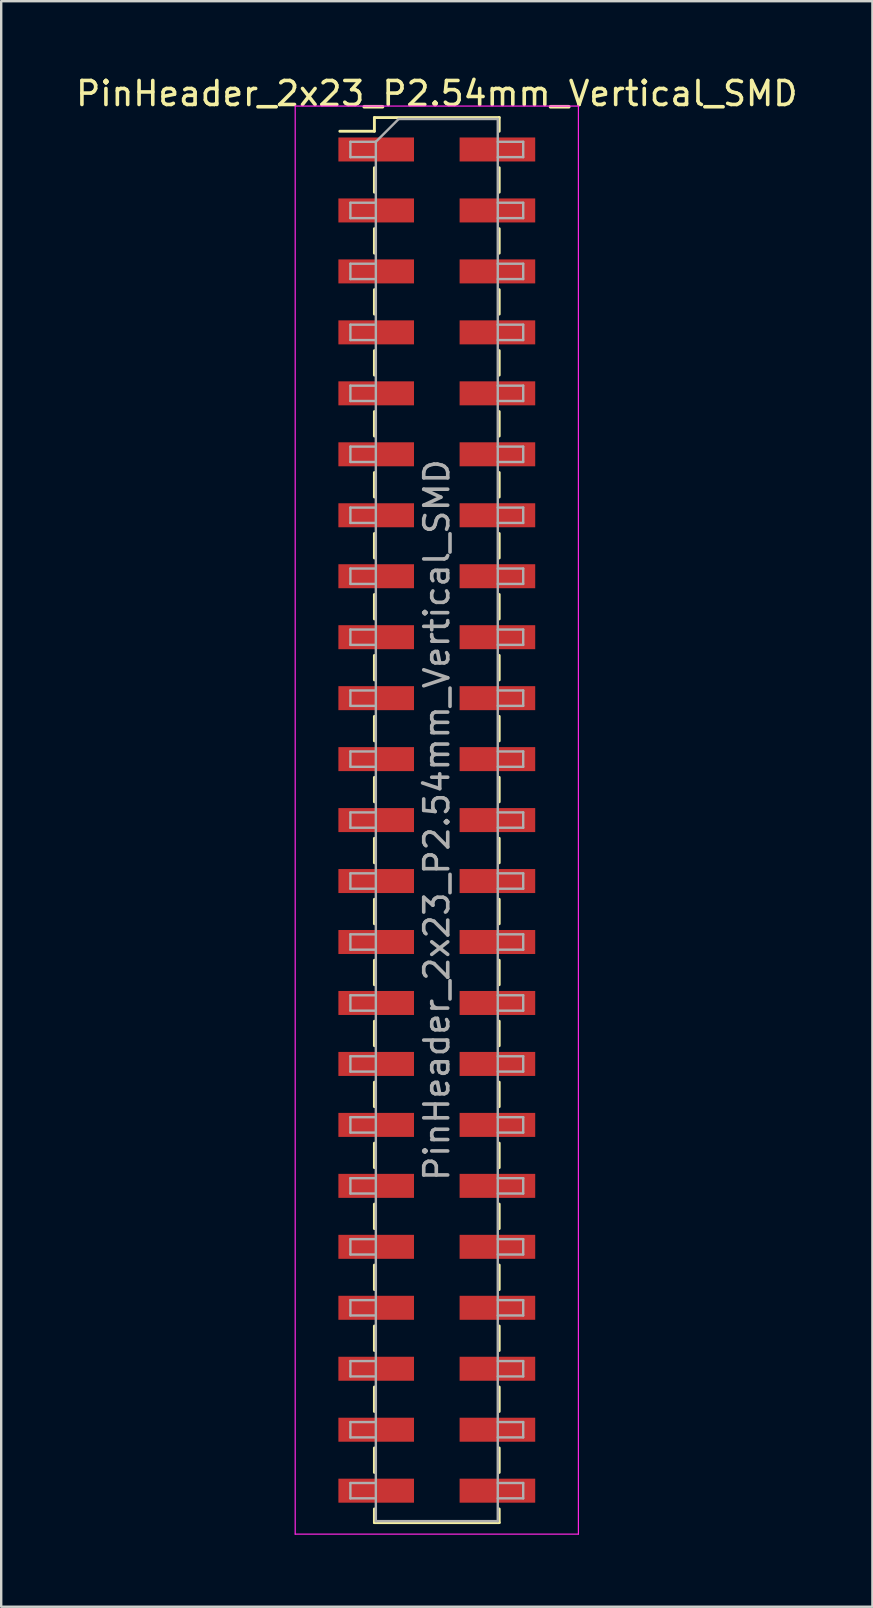
<source format=kicad_pcb>
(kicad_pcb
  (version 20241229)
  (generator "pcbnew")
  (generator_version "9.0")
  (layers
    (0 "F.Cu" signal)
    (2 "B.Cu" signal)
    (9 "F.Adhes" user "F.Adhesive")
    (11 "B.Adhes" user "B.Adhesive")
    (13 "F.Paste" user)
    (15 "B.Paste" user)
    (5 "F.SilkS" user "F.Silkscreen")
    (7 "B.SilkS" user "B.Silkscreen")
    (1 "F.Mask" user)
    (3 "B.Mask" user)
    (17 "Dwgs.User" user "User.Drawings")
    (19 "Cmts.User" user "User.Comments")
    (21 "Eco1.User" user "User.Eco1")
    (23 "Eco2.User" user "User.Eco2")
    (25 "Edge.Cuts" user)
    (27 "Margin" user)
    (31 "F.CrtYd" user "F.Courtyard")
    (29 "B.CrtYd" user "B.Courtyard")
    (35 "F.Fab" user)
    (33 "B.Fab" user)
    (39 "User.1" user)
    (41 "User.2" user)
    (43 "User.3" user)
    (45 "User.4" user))
  (footprint "PinHeader_2x23_P2.54mm_Vertical_SMD"
    (layer "F.Cu")
    (at 15.149 31.118)
    (property "Reference" "PinHeader_2x23_P2.54mm_Vertical_SMD" (at 0 -30.27 0) (layer "F.SilkS") (effects (font (size 1 1) (thickness 0.15))))
    (attr smd)
    (fp_line (start -4.04 -28.7) (end -2.6 -28.7) (stroke (width 0.12) (type solid)) (layer "F.SilkS"))
    (fp_line (start -2.6 -29.27) (end -2.6 -28.7) (stroke (width 0.12) (type solid)) (layer "F.SilkS"))
    (fp_line (start -2.6 -29.27) (end 2.6 -29.27) (stroke (width 0.12) (type solid)) (layer "F.SilkS"))
    (fp_line (start -2.6 -27.18) (end -2.6 -26.16) (stroke (width 0.12) (type solid)) (layer "F.SilkS"))
    (fp_line (start -2.6 -24.64) (end -2.6 -23.62) (stroke (width 0.12) (type solid)) (layer "F.SilkS"))
    (fp_line (start -2.6 -22.1) (end -2.6 -21.08) (stroke (width 0.12) (type solid)) (layer "F.SilkS"))
    (fp_line (start -2.6 -19.56) (end -2.6 -18.54) (stroke (width 0.12) (type solid)) (layer "F.SilkS"))
    (fp_line (start -2.6 -17.02) (end -2.6 -16) (stroke (width 0.12) (type solid)) (layer "F.SilkS"))
    (fp_line (start -2.6 -14.48) (end -2.6 -13.46) (stroke (width 0.12) (type solid)) (layer "F.SilkS"))
    (fp_line (start -2.6 -11.94) (end -2.6 -10.92) (stroke (width 0.12) (type solid)) (layer "F.SilkS"))
    (fp_line (start -2.6 -9.4) (end -2.6 -8.38) (stroke (width 0.12) (type solid)) (layer "F.SilkS"))
    (fp_line (start -2.6 -6.86) (end -2.6 -5.84) (stroke (width 0.12) (type solid)) (layer "F.SilkS"))
    (fp_line (start -2.6 -4.32) (end -2.6 -3.3) (stroke (width 0.12) (type solid)) (layer "F.SilkS"))
    (fp_line (start -2.6 -1.78) (end -2.6 -0.76) (stroke (width 0.12) (type solid)) (layer "F.SilkS"))
    (fp_line (start -2.6 0.76) (end -2.6 1.78) (stroke (width 0.12) (type solid)) (layer "F.SilkS"))
    (fp_line (start -2.6 3.3) (end -2.6 4.32) (stroke (width 0.12) (type solid)) (layer "F.SilkS"))
    (fp_line (start -2.6 5.84) (end -2.6 6.86) (stroke (width 0.12) (type solid)) (layer "F.SilkS"))
    (fp_line (start -2.6 8.38) (end -2.6 9.4) (stroke (width 0.12) (type solid)) (layer "F.SilkS"))
    (fp_line (start -2.6 10.92) (end -2.6 11.94) (stroke (width 0.12) (type solid)) (layer "F.SilkS"))
    (fp_line (start -2.6 13.46) (end -2.6 14.48) (stroke (width 0.12) (type solid)) (layer "F.SilkS"))
    (fp_line (start -2.6 16) (end -2.6 17.02) (stroke (width 0.12) (type solid)) (layer "F.SilkS"))
    (fp_line (start -2.6 18.54) (end -2.6 19.56) (stroke (width 0.12) (type solid)) (layer "F.SilkS"))
    (fp_line (start -2.6 21.08) (end -2.6 22.1) (stroke (width 0.12) (type solid)) (layer "F.SilkS"))
    (fp_line (start -2.6 23.62) (end -2.6 24.64) (stroke (width 0.12) (type solid)) (layer "F.SilkS"))
    (fp_line (start -2.6 26.16) (end -2.6 27.18) (stroke (width 0.12) (type solid)) (layer "F.SilkS"))
    (fp_line (start -2.6 28.7) (end -2.6 29.27) (stroke (width 0.12) (type solid)) (layer "F.SilkS"))
    (fp_line (start -2.6 29.27) (end 2.6 29.27) (stroke (width 0.12) (type solid)) (layer "F.SilkS"))
    (fp_line (start 2.6 -29.27) (end 2.6 -28.7) (stroke (width 0.12) (type solid)) (layer "F.SilkS"))
    (fp_line (start 2.6 -27.18) (end 2.6 -26.16) (stroke (width 0.12) (type solid)) (layer "F.SilkS"))
    (fp_line (start 2.6 -24.64) (end 2.6 -23.62) (stroke (width 0.12) (type solid)) (layer "F.SilkS"))
    (fp_line (start 2.6 -22.1) (end 2.6 -21.08) (stroke (width 0.12) (type solid)) (layer "F.SilkS"))
    (fp_line (start 2.6 -19.56) (end 2.6 -18.54) (stroke (width 0.12) (type solid)) (layer "F.SilkS"))
    (fp_line (start 2.6 -17.02) (end 2.6 -16) (stroke (width 0.12) (type solid)) (layer "F.SilkS"))
    (fp_line (start 2.6 -14.48) (end 2.6 -13.46) (stroke (width 0.12) (type solid)) (layer "F.SilkS"))
    (fp_line (start 2.6 -11.94) (end 2.6 -10.92) (stroke (width 0.12) (type solid)) (layer "F.SilkS"))
    (fp_line (start 2.6 -9.4) (end 2.6 -8.38) (stroke (width 0.12) (type solid)) (layer "F.SilkS"))
    (fp_line (start 2.6 -6.86) (end 2.6 -5.84) (stroke (width 0.12) (type solid)) (layer "F.SilkS"))
    (fp_line (start 2.6 -4.32) (end 2.6 -3.3) (stroke (width 0.12) (type solid)) (layer "F.SilkS"))
    (fp_line (start 2.6 -1.78) (end 2.6 -0.76) (stroke (width 0.12) (type solid)) (layer "F.SilkS"))
    (fp_line (start 2.6 0.76) (end 2.6 1.78) (stroke (width 0.12) (type solid)) (layer "F.SilkS"))
    (fp_line (start 2.6 3.3) (end 2.6 4.32) (stroke (width 0.12) (type solid)) (layer "F.SilkS"))
    (fp_line (start 2.6 5.84) (end 2.6 6.86) (stroke (width 0.12) (type solid)) (layer "F.SilkS"))
    (fp_line (start 2.6 8.38) (end 2.6 9.4) (stroke (width 0.12) (type solid)) (layer "F.SilkS"))
    (fp_line (start 2.6 10.92) (end 2.6 11.94) (stroke (width 0.12) (type solid)) (layer "F.SilkS"))
    (fp_line (start 2.6 13.46) (end 2.6 14.48) (stroke (width 0.12) (type solid)) (layer "F.SilkS"))
    (fp_line (start 2.6 16) (end 2.6 17.02) (stroke (width 0.12) (type solid)) (layer "F.SilkS"))
    (fp_line (start 2.6 18.54) (end 2.6 19.56) (stroke (width 0.12) (type solid)) (layer "F.SilkS"))
    (fp_line (start 2.6 21.08) (end 2.6 22.1) (stroke (width 0.12) (type solid)) (layer "F.SilkS"))
    (fp_line (start 2.6 23.62) (end 2.6 24.64) (stroke (width 0.12) (type solid)) (layer "F.SilkS"))
    (fp_line (start 2.6 26.16) (end 2.6 27.18) (stroke (width 0.12) (type solid)) (layer "F.SilkS"))
    (fp_line (start 2.6 28.7) (end 2.6 29.27) (stroke (width 0.12) (type solid)) (layer "F.SilkS"))
    (fp_line (start -5.9 -29.75) (end -5.9 29.75) (stroke (width 0.05) (type solid)) (layer "F.CrtYd"))
    (fp_line (start -5.9 29.75) (end 5.9 29.75) (stroke (width 0.05) (type solid)) (layer "F.CrtYd"))
    (fp_line (start 5.9 -29.75) (end -5.9 -29.75) (stroke (width 0.05) (type solid)) (layer "F.CrtYd"))
    (fp_line (start 5.9 29.75) (end 5.9 -29.75) (stroke (width 0.05) (type solid)) (layer "F.CrtYd"))
    (fp_line (start -3.6 -28.26) (end -3.6 -27.62) (stroke (width 0.1) (type solid)) (layer "F.Fab"))
    (fp_line (start -3.6 -27.62) (end -2.54 -27.62) (stroke (width 0.1) (type solid)) (layer "F.Fab"))
    (fp_line (start -3.6 -25.72) (end -3.6 -25.08) (stroke (width 0.1) (type solid)) (layer "F.Fab"))
    (fp_line (start -3.6 -25.08) (end -2.54 -25.08) (stroke (width 0.1) (type solid)) (layer "F.Fab"))
    (fp_line (start -3.6 -23.18) (end -3.6 -22.54) (stroke (width 0.1) (type solid)) (layer "F.Fab"))
    (fp_line (start -3.6 -22.54) (end -2.54 -22.54) (stroke (width 0.1) (type solid)) (layer "F.Fab"))
    (fp_line (start -3.6 -20.64) (end -3.6 -20) (stroke (width 0.1) (type solid)) (layer "F.Fab"))
    (fp_line (start -3.6 -20) (end -2.54 -20) (stroke (width 0.1) (type solid)) (layer "F.Fab"))
    (fp_line (start -3.6 -18.1) (end -3.6 -17.46) (stroke (width 0.1) (type solid)) (layer "F.Fab"))
    (fp_line (start -3.6 -17.46) (end -2.54 -17.46) (stroke (width 0.1) (type solid)) (layer "F.Fab"))
    (fp_line (start -3.6 -15.56) (end -3.6 -14.92) (stroke (width 0.1) (type solid)) (layer "F.Fab"))
    (fp_line (start -3.6 -14.92) (end -2.54 -14.92) (stroke (width 0.1) (type solid)) (layer "F.Fab"))
    (fp_line (start -3.6 -13.02) (end -3.6 -12.38) (stroke (width 0.1) (type solid)) (layer "F.Fab"))
    (fp_line (start -3.6 -12.38) (end -2.54 -12.38) (stroke (width 0.1) (type solid)) (layer "F.Fab"))
    (fp_line (start -3.6 -10.48) (end -3.6 -9.84) (stroke (width 0.1) (type solid)) (layer "F.Fab"))
    (fp_line (start -3.6 -9.84) (end -2.54 -9.84) (stroke (width 0.1) (type solid)) (layer "F.Fab"))
    (fp_line (start -3.6 -7.94) (end -3.6 -7.3) (stroke (width 0.1) (type solid)) (layer "F.Fab"))
    (fp_line (start -3.6 -7.3) (end -2.54 -7.3) (stroke (width 0.1) (type solid)) (layer "F.Fab"))
    (fp_line (start -3.6 -5.4) (end -3.6 -4.76) (stroke (width 0.1) (type solid)) (layer "F.Fab"))
    (fp_line (start -3.6 -4.76) (end -2.54 -4.76) (stroke (width 0.1) (type solid)) (layer "F.Fab"))
    (fp_line (start -3.6 -2.86) (end -3.6 -2.22) (stroke (width 0.1) (type solid)) (layer "F.Fab"))
    (fp_line (start -3.6 -2.22) (end -2.54 -2.22) (stroke (width 0.1) (type solid)) (layer "F.Fab"))
    (fp_line (start -3.6 -0.32) (end -3.6 0.32) (stroke (width 0.1) (type solid)) (layer "F.Fab"))
    (fp_line (start -3.6 0.32) (end -2.54 0.32) (stroke (width 0.1) (type solid)) (layer "F.Fab"))
    (fp_line (start -3.6 2.22) (end -3.6 2.86) (stroke (width 0.1) (type solid)) (layer "F.Fab"))
    (fp_line (start -3.6 2.86) (end -2.54 2.86) (stroke (width 0.1) (type solid)) (layer "F.Fab"))
    (fp_line (start -3.6 4.76) (end -3.6 5.4) (stroke (width 0.1) (type solid)) (layer "F.Fab"))
    (fp_line (start -3.6 5.4) (end -2.54 5.4) (stroke (width 0.1) (type solid)) (layer "F.Fab"))
    (fp_line (start -3.6 7.3) (end -3.6 7.94) (stroke (width 0.1) (type solid)) (layer "F.Fab"))
    (fp_line (start -3.6 7.94) (end -2.54 7.94) (stroke (width 0.1) (type solid)) (layer "F.Fab"))
    (fp_line (start -3.6 9.84) (end -3.6 10.48) (stroke (width 0.1) (type solid)) (layer "F.Fab"))
    (fp_line (start -3.6 10.48) (end -2.54 10.48) (stroke (width 0.1) (type solid)) (layer "F.Fab"))
    (fp_line (start -3.6 12.38) (end -3.6 13.02) (stroke (width 0.1) (type solid)) (layer "F.Fab"))
    (fp_line (start -3.6 13.02) (end -2.54 13.02) (stroke (width 0.1) (type solid)) (layer "F.Fab"))
    (fp_line (start -3.6 14.92) (end -3.6 15.56) (stroke (width 0.1) (type solid)) (layer "F.Fab"))
    (fp_line (start -3.6 15.56) (end -2.54 15.56) (stroke (width 0.1) (type solid)) (layer "F.Fab"))
    (fp_line (start -3.6 17.46) (end -3.6 18.1) (stroke (width 0.1) (type solid)) (layer "F.Fab"))
    (fp_line (start -3.6 18.1) (end -2.54 18.1) (stroke (width 0.1) (type solid)) (layer "F.Fab"))
    (fp_line (start -3.6 20) (end -3.6 20.64) (stroke (width 0.1) (type solid)) (layer "F.Fab"))
    (fp_line (start -3.6 20.64) (end -2.54 20.64) (stroke (width 0.1) (type solid)) (layer "F.Fab"))
    (fp_line (start -3.6 22.54) (end -3.6 23.18) (stroke (width 0.1) (type solid)) (layer "F.Fab"))
    (fp_line (start -3.6 23.18) (end -2.54 23.18) (stroke (width 0.1) (type solid)) (layer "F.Fab"))
    (fp_line (start -3.6 25.08) (end -3.6 25.72) (stroke (width 0.1) (type solid)) (layer "F.Fab"))
    (fp_line (start -3.6 25.72) (end -2.54 25.72) (stroke (width 0.1) (type solid)) (layer "F.Fab"))
    (fp_line (start -3.6 27.62) (end -3.6 28.26) (stroke (width 0.1) (type solid)) (layer "F.Fab"))
    (fp_line (start -3.6 28.26) (end -2.54 28.26) (stroke (width 0.1) (type solid)) (layer "F.Fab"))
    (fp_line (start -2.54 -28.26) (end -3.6 -28.26) (stroke (width 0.1) (type solid)) (layer "F.Fab"))
    (fp_line (start -2.54 -28.26) (end -1.59 -29.21) (stroke (width 0.1) (type solid)) (layer "F.Fab"))
    (fp_line (start -2.54 -25.72) (end -3.6 -25.72) (stroke (width 0.1) (type solid)) (layer "F.Fab"))
    (fp_line (start -2.54 -23.18) (end -3.6 -23.18) (stroke (width 0.1) (type solid)) (layer "F.Fab"))
    (fp_line (start -2.54 -20.64) (end -3.6 -20.64) (stroke (width 0.1) (type solid)) (layer "F.Fab"))
    (fp_line (start -2.54 -18.1) (end -3.6 -18.1) (stroke (width 0.1) (type solid)) (layer "F.Fab"))
    (fp_line (start -2.54 -15.56) (end -3.6 -15.56) (stroke (width 0.1) (type solid)) (layer "F.Fab"))
    (fp_line (start -2.54 -13.02) (end -3.6 -13.02) (stroke (width 0.1) (type solid)) (layer "F.Fab"))
    (fp_line (start -2.54 -10.48) (end -3.6 -10.48) (stroke (width 0.1) (type solid)) (layer "F.Fab"))
    (fp_line (start -2.54 -7.94) (end -3.6 -7.94) (stroke (width 0.1) (type solid)) (layer "F.Fab"))
    (fp_line (start -2.54 -5.4) (end -3.6 -5.4) (stroke (width 0.1) (type solid)) (layer "F.Fab"))
    (fp_line (start -2.54 -2.86) (end -3.6 -2.86) (stroke (width 0.1) (type solid)) (layer "F.Fab"))
    (fp_line (start -2.54 -0.32) (end -3.6 -0.32) (stroke (width 0.1) (type solid)) (layer "F.Fab"))
    (fp_line (start -2.54 2.22) (end -3.6 2.22) (stroke (width 0.1) (type solid)) (layer "F.Fab"))
    (fp_line (start -2.54 4.76) (end -3.6 4.76) (stroke (width 0.1) (type solid)) (layer "F.Fab"))
    (fp_line (start -2.54 7.3) (end -3.6 7.3) (stroke (width 0.1) (type solid)) (layer "F.Fab"))
    (fp_line (start -2.54 9.84) (end -3.6 9.84) (stroke (width 0.1) (type solid)) (layer "F.Fab"))
    (fp_line (start -2.54 12.38) (end -3.6 12.38) (stroke (width 0.1) (type solid)) (layer "F.Fab"))
    (fp_line (start -2.54 14.92) (end -3.6 14.92) (stroke (width 0.1) (type solid)) (layer "F.Fab"))
    (fp_line (start -2.54 17.46) (end -3.6 17.46) (stroke (width 0.1) (type solid)) (layer "F.Fab"))
    (fp_line (start -2.54 20) (end -3.6 20) (stroke (width 0.1) (type solid)) (layer "F.Fab"))
    (fp_line (start -2.54 22.54) (end -3.6 22.54) (stroke (width 0.1) (type solid)) (layer "F.Fab"))
    (fp_line (start -2.54 25.08) (end -3.6 25.08) (stroke (width 0.1) (type solid)) (layer "F.Fab"))
    (fp_line (start -2.54 27.62) (end -3.6 27.62) (stroke (width 0.1) (type solid)) (layer "F.Fab"))
    (fp_line (start -2.54 29.21) (end -2.54 -28.26) (stroke (width 0.1) (type solid)) (layer "F.Fab"))
    (fp_line (start -1.59 -29.21) (end 2.54 -29.21) (stroke (width 0.1) (type solid)) (layer "F.Fab"))
    (fp_line (start 2.54 -29.21) (end 2.54 29.21) (stroke (width 0.1) (type solid)) (layer "F.Fab"))
    (fp_line (start 2.54 -28.26) (end 3.6 -28.26) (stroke (width 0.1) (type solid)) (layer "F.Fab"))
    (fp_line (start 2.54 -25.72) (end 3.6 -25.72) (stroke (width 0.1) (type solid)) (layer "F.Fab"))
    (fp_line (start 2.54 -23.18) (end 3.6 -23.18) (stroke (width 0.1) (type solid)) (layer "F.Fab"))
    (fp_line (start 2.54 -20.64) (end 3.6 -20.64) (stroke (width 0.1) (type solid)) (layer "F.Fab"))
    (fp_line (start 2.54 -18.1) (end 3.6 -18.1) (stroke (width 0.1) (type solid)) (layer "F.Fab"))
    (fp_line (start 2.54 -15.56) (end 3.6 -15.56) (stroke (width 0.1) (type solid)) (layer "F.Fab"))
    (fp_line (start 2.54 -13.02) (end 3.6 -13.02) (stroke (width 0.1) (type solid)) (layer "F.Fab"))
    (fp_line (start 2.54 -10.48) (end 3.6 -10.48) (stroke (width 0.1) (type solid)) (layer "F.Fab"))
    (fp_line (start 2.54 -7.94) (end 3.6 -7.94) (stroke (width 0.1) (type solid)) (layer "F.Fab"))
    (fp_line (start 2.54 -5.4) (end 3.6 -5.4) (stroke (width 0.1) (type solid)) (layer "F.Fab"))
    (fp_line (start 2.54 -2.86) (end 3.6 -2.86) (stroke (width 0.1) (type solid)) (layer "F.Fab"))
    (fp_line (start 2.54 -0.32) (end 3.6 -0.32) (stroke (width 0.1) (type solid)) (layer "F.Fab"))
    (fp_line (start 2.54 2.22) (end 3.6 2.22) (stroke (width 0.1) (type solid)) (layer "F.Fab"))
    (fp_line (start 2.54 4.76) (end 3.6 4.76) (stroke (width 0.1) (type solid)) (layer "F.Fab"))
    (fp_line (start 2.54 7.3) (end 3.6 7.3) (stroke (width 0.1) (type solid)) (layer "F.Fab"))
    (fp_line (start 2.54 9.84) (end 3.6 9.84) (stroke (width 0.1) (type solid)) (layer "F.Fab"))
    (fp_line (start 2.54 12.38) (end 3.6 12.38) (stroke (width 0.1) (type solid)) (layer "F.Fab"))
    (fp_line (start 2.54 14.92) (end 3.6 14.92) (stroke (width 0.1) (type solid)) (layer "F.Fab"))
    (fp_line (start 2.54 17.46) (end 3.6 17.46) (stroke (width 0.1) (type solid)) (layer "F.Fab"))
    (fp_line (start 2.54 20) (end 3.6 20) (stroke (width 0.1) (type solid)) (layer "F.Fab"))
    (fp_line (start 2.54 22.54) (end 3.6 22.54) (stroke (width 0.1) (type solid)) (layer "F.Fab"))
    (fp_line (start 2.54 25.08) (end 3.6 25.08) (stroke (width 0.1) (type solid)) (layer "F.Fab"))
    (fp_line (start 2.54 27.62) (end 3.6 27.62) (stroke (width 0.1) (type solid)) (layer "F.Fab"))
    (fp_line (start 2.54 29.21) (end -2.54 29.21) (stroke (width 0.1) (type solid)) (layer "F.Fab"))
    (fp_line (start 3.6 -28.26) (end 3.6 -27.62) (stroke (width 0.1) (type solid)) (layer "F.Fab"))
    (fp_line (start 3.6 -27.62) (end 2.54 -27.62) (stroke (width 0.1) (type solid)) (layer "F.Fab"))
    (fp_line (start 3.6 -25.72) (end 3.6 -25.08) (stroke (width 0.1) (type solid)) (layer "F.Fab"))
    (fp_line (start 3.6 -25.08) (end 2.54 -25.08) (stroke (width 0.1) (type solid)) (layer "F.Fab"))
    (fp_line (start 3.6 -23.18) (end 3.6 -22.54) (stroke (width 0.1) (type solid)) (layer "F.Fab"))
    (fp_line (start 3.6 -22.54) (end 2.54 -22.54) (stroke (width 0.1) (type solid)) (layer "F.Fab"))
    (fp_line (start 3.6 -20.64) (end 3.6 -20) (stroke (width 0.1) (type solid)) (layer "F.Fab"))
    (fp_line (start 3.6 -20) (end 2.54 -20) (stroke (width 0.1) (type solid)) (layer "F.Fab"))
    (fp_line (start 3.6 -18.1) (end 3.6 -17.46) (stroke (width 0.1) (type solid)) (layer "F.Fab"))
    (fp_line (start 3.6 -17.46) (end 2.54 -17.46) (stroke (width 0.1) (type solid)) (layer "F.Fab"))
    (fp_line (start 3.6 -15.56) (end 3.6 -14.92) (stroke (width 0.1) (type solid)) (layer "F.Fab"))
    (fp_line (start 3.6 -14.92) (end 2.54 -14.92) (stroke (width 0.1) (type solid)) (layer "F.Fab"))
    (fp_line (start 3.6 -13.02) (end 3.6 -12.38) (stroke (width 0.1) (type solid)) (layer "F.Fab"))
    (fp_line (start 3.6 -12.38) (end 2.54 -12.38) (stroke (width 0.1) (type solid)) (layer "F.Fab"))
    (fp_line (start 3.6 -10.48) (end 3.6 -9.84) (stroke (width 0.1) (type solid)) (layer "F.Fab"))
    (fp_line (start 3.6 -9.84) (end 2.54 -9.84) (stroke (width 0.1) (type solid)) (layer "F.Fab"))
    (fp_line (start 3.6 -7.94) (end 3.6 -7.3) (stroke (width 0.1) (type solid)) (layer "F.Fab"))
    (fp_line (start 3.6 -7.3) (end 2.54 -7.3) (stroke (width 0.1) (type solid)) (layer "F.Fab"))
    (fp_line (start 3.6 -5.4) (end 3.6 -4.76) (stroke (width 0.1) (type solid)) (layer "F.Fab"))
    (fp_line (start 3.6 -4.76) (end 2.54 -4.76) (stroke (width 0.1) (type solid)) (layer "F.Fab"))
    (fp_line (start 3.6 -2.86) (end 3.6 -2.22) (stroke (width 0.1) (type solid)) (layer "F.Fab"))
    (fp_line (start 3.6 -2.22) (end 2.54 -2.22) (stroke (width 0.1) (type solid)) (layer "F.Fab"))
    (fp_line (start 3.6 -0.32) (end 3.6 0.32) (stroke (width 0.1) (type solid)) (layer "F.Fab"))
    (fp_line (start 3.6 0.32) (end 2.54 0.32) (stroke (width 0.1) (type solid)) (layer "F.Fab"))
    (fp_line (start 3.6 2.22) (end 3.6 2.86) (stroke (width 0.1) (type solid)) (layer "F.Fab"))
    (fp_line (start 3.6 2.86) (end 2.54 2.86) (stroke (width 0.1) (type solid)) (layer "F.Fab"))
    (fp_line (start 3.6 4.76) (end 3.6 5.4) (stroke (width 0.1) (type solid)) (layer "F.Fab"))
    (fp_line (start 3.6 5.4) (end 2.54 5.4) (stroke (width 0.1) (type solid)) (layer "F.Fab"))
    (fp_line (start 3.6 7.3) (end 3.6 7.94) (stroke (width 0.1) (type solid)) (layer "F.Fab"))
    (fp_line (start 3.6 7.94) (end 2.54 7.94) (stroke (width 0.1) (type solid)) (layer "F.Fab"))
    (fp_line (start 3.6 9.84) (end 3.6 10.48) (stroke (width 0.1) (type solid)) (layer "F.Fab"))
    (fp_line (start 3.6 10.48) (end 2.54 10.48) (stroke (width 0.1) (type solid)) (layer "F.Fab"))
    (fp_line (start 3.6 12.38) (end 3.6 13.02) (stroke (width 0.1) (type solid)) (layer "F.Fab"))
    (fp_line (start 3.6 13.02) (end 2.54 13.02) (stroke (width 0.1) (type solid)) (layer "F.Fab"))
    (fp_line (start 3.6 14.92) (end 3.6 15.56) (stroke (width 0.1) (type solid)) (layer "F.Fab"))
    (fp_line (start 3.6 15.56) (end 2.54 15.56) (stroke (width 0.1) (type solid)) (layer "F.Fab"))
    (fp_line (start 3.6 17.46) (end 3.6 18.1) (stroke (width 0.1) (type solid)) (layer "F.Fab"))
    (fp_line (start 3.6 18.1) (end 2.54 18.1) (stroke (width 0.1) (type solid)) (layer "F.Fab"))
    (fp_line (start 3.6 20) (end 3.6 20.64) (stroke (width 0.1) (type solid)) (layer "F.Fab"))
    (fp_line (start 3.6 20.64) (end 2.54 20.64) (stroke (width 0.1) (type solid)) (layer "F.Fab"))
    (fp_line (start 3.6 22.54) (end 3.6 23.18) (stroke (width 0.1) (type solid)) (layer "F.Fab"))
    (fp_line (start 3.6 23.18) (end 2.54 23.18) (stroke (width 0.1) (type solid)) (layer "F.Fab"))
    (fp_line (start 3.6 25.08) (end 3.6 25.72) (stroke (width 0.1) (type solid)) (layer "F.Fab"))
    (fp_line (start 3.6 25.72) (end 2.54 25.72) (stroke (width 0.1) (type solid)) (layer "F.Fab"))
    (fp_line (start 3.6 27.62) (end 3.6 28.26) (stroke (width 0.1) (type solid)) (layer "F.Fab"))
    (fp_line (start 3.6 28.26) (end 2.54 28.26) (stroke (width 0.1) (type solid)) (layer "F.Fab"))
    (fp_text user "${REFERENCE}" (at 0 0 90) (layer "F.Fab") (effects (font (size 1 1) (thickness 0.15))))
    (pad "1" smd rect (at -2.525 -27.94) (size 3.15 1) (layers "F.Cu" "F.Mask" "F.Paste"))
    (pad "2" smd rect (at 2.525 -27.94) (size 3.15 1) (layers "F.Cu" "F.Mask" "F.Paste"))
    (pad "3" smd rect (at -2.525 -25.4) (size 3.15 1) (layers "F.Cu" "F.Mask" "F.Paste"))
    (pad "4" smd rect (at 2.525 -25.4) (size 3.15 1) (layers "F.Cu" "F.Mask" "F.Paste"))
    (pad "5" smd rect (at -2.525 -22.86) (size 3.15 1) (layers "F.Cu" "F.Mask" "F.Paste"))
    (pad "6" smd rect (at 2.525 -22.86) (size 3.15 1) (layers "F.Cu" "F.Mask" "F.Paste"))
    (pad "7" smd rect (at -2.525 -20.32) (size 3.15 1) (layers "F.Cu" "F.Mask" "F.Paste"))
    (pad "8" smd rect (at 2.525 -20.32) (size 3.15 1) (layers "F.Cu" "F.Mask" "F.Paste"))
    (pad "9" smd rect (at -2.525 -17.78) (size 3.15 1) (layers "F.Cu" "F.Mask" "F.Paste"))
    (pad "10" smd rect (at 2.525 -17.78) (size 3.15 1) (layers "F.Cu" "F.Mask" "F.Paste"))
    (pad "11" smd rect (at -2.525 -15.24) (size 3.15 1) (layers "F.Cu" "F.Mask" "F.Paste"))
    (pad "12" smd rect (at 2.525 -15.24) (size 3.15 1) (layers "F.Cu" "F.Mask" "F.Paste"))
    (pad "13" smd rect (at -2.525 -12.7) (size 3.15 1) (layers "F.Cu" "F.Mask" "F.Paste"))
    (pad "14" smd rect (at 2.525 -12.7) (size 3.15 1) (layers "F.Cu" "F.Mask" "F.Paste"))
    (pad "15" smd rect (at -2.525 -10.16) (size 3.15 1) (layers "F.Cu" "F.Mask" "F.Paste"))
    (pad "16" smd rect (at 2.525 -10.16) (size 3.15 1) (layers "F.Cu" "F.Mask" "F.Paste"))
    (pad "17" smd rect (at -2.525 -7.62) (size 3.15 1) (layers "F.Cu" "F.Mask" "F.Paste"))
    (pad "18" smd rect (at 2.525 -7.62) (size 3.15 1) (layers "F.Cu" "F.Mask" "F.Paste"))
    (pad "19" smd rect (at -2.525 -5.08) (size 3.15 1) (layers "F.Cu" "F.Mask" "F.Paste"))
    (pad "20" smd rect (at 2.525 -5.08) (size 3.15 1) (layers "F.Cu" "F.Mask" "F.Paste"))
    (pad "21" smd rect (at -2.525 -2.54) (size 3.15 1) (layers "F.Cu" "F.Mask" "F.Paste"))
    (pad "22" smd rect (at 2.525 -2.54) (size 3.15 1) (layers "F.Cu" "F.Mask" "F.Paste"))
    (pad "23" smd rect (at -2.525 0) (size 3.15 1) (layers "F.Cu" "F.Mask" "F.Paste"))
    (pad "24" smd rect (at 2.525 0) (size 3.15 1) (layers "F.Cu" "F.Mask" "F.Paste"))
    (pad "25" smd rect (at -2.525 2.54) (size 3.15 1) (layers "F.Cu" "F.Mask" "F.Paste"))
    (pad "26" smd rect (at 2.525 2.54) (size 3.15 1) (layers "F.Cu" "F.Mask" "F.Paste"))
    (pad "27" smd rect (at -2.525 5.08) (size 3.15 1) (layers "F.Cu" "F.Mask" "F.Paste"))
    (pad "28" smd rect (at 2.525 5.08) (size 3.15 1) (layers "F.Cu" "F.Mask" "F.Paste"))
    (pad "29" smd rect (at -2.525 7.62) (size 3.15 1) (layers "F.Cu" "F.Mask" "F.Paste"))
    (pad "30" smd rect (at 2.525 7.62) (size 3.15 1) (layers "F.Cu" "F.Mask" "F.Paste"))
    (pad "31" smd rect (at -2.525 10.16) (size 3.15 1) (layers "F.Cu" "F.Mask" "F.Paste"))
    (pad "32" smd rect (at 2.525 10.16) (size 3.15 1) (layers "F.Cu" "F.Mask" "F.Paste"))
    (pad "33" smd rect (at -2.525 12.7) (size 3.15 1) (layers "F.Cu" "F.Mask" "F.Paste"))
    (pad "34" smd rect (at 2.525 12.7) (size 3.15 1) (layers "F.Cu" "F.Mask" "F.Paste"))
    (pad "35" smd rect (at -2.525 15.24) (size 3.15 1) (layers "F.Cu" "F.Mask" "F.Paste"))
    (pad "36" smd rect (at 2.525 15.24) (size 3.15 1) (layers "F.Cu" "F.Mask" "F.Paste"))
    (pad "37" smd rect (at -2.525 17.78) (size 3.15 1) (layers "F.Cu" "F.Mask" "F.Paste"))
    (pad "38" smd rect (at 2.525 17.78) (size 3.15 1) (layers "F.Cu" "F.Mask" "F.Paste"))
    (pad "39" smd rect (at -2.525 20.32) (size 3.15 1) (layers "F.Cu" "F.Mask" "F.Paste"))
    (pad "40" smd rect (at 2.525 20.32) (size 3.15 1) (layers "F.Cu" "F.Mask" "F.Paste"))
    (pad "41" smd rect (at -2.525 22.86) (size 3.15 1) (layers "F.Cu" "F.Mask" "F.Paste"))
    (pad "42" smd rect (at 2.525 22.86) (size 3.15 1) (layers "F.Cu" "F.Mask" "F.Paste"))
    (pad "43" smd rect (at -2.525 25.4) (size 3.15 1) (layers "F.Cu" "F.Mask" "F.Paste"))
    (pad "44" smd rect (at 2.525 25.4) (size 3.15 1) (layers "F.Cu" "F.Mask" "F.Paste"))
    (pad "45" smd rect (at -2.525 27.94) (size 3.15 1) (layers "F.Cu" "F.Mask" "F.Paste"))
    (pad "46" smd rect (at 2.525 27.94) (size 3.15 1) (layers "F.Cu" "F.Mask" "F.Paste")))
  (gr_rect
    (start -3 -3)
    (end 33.298 63.893)
    (stroke (width 0.1) (type default))
    (fill no)
    (layer "Edge.Cuts")))
</source>
